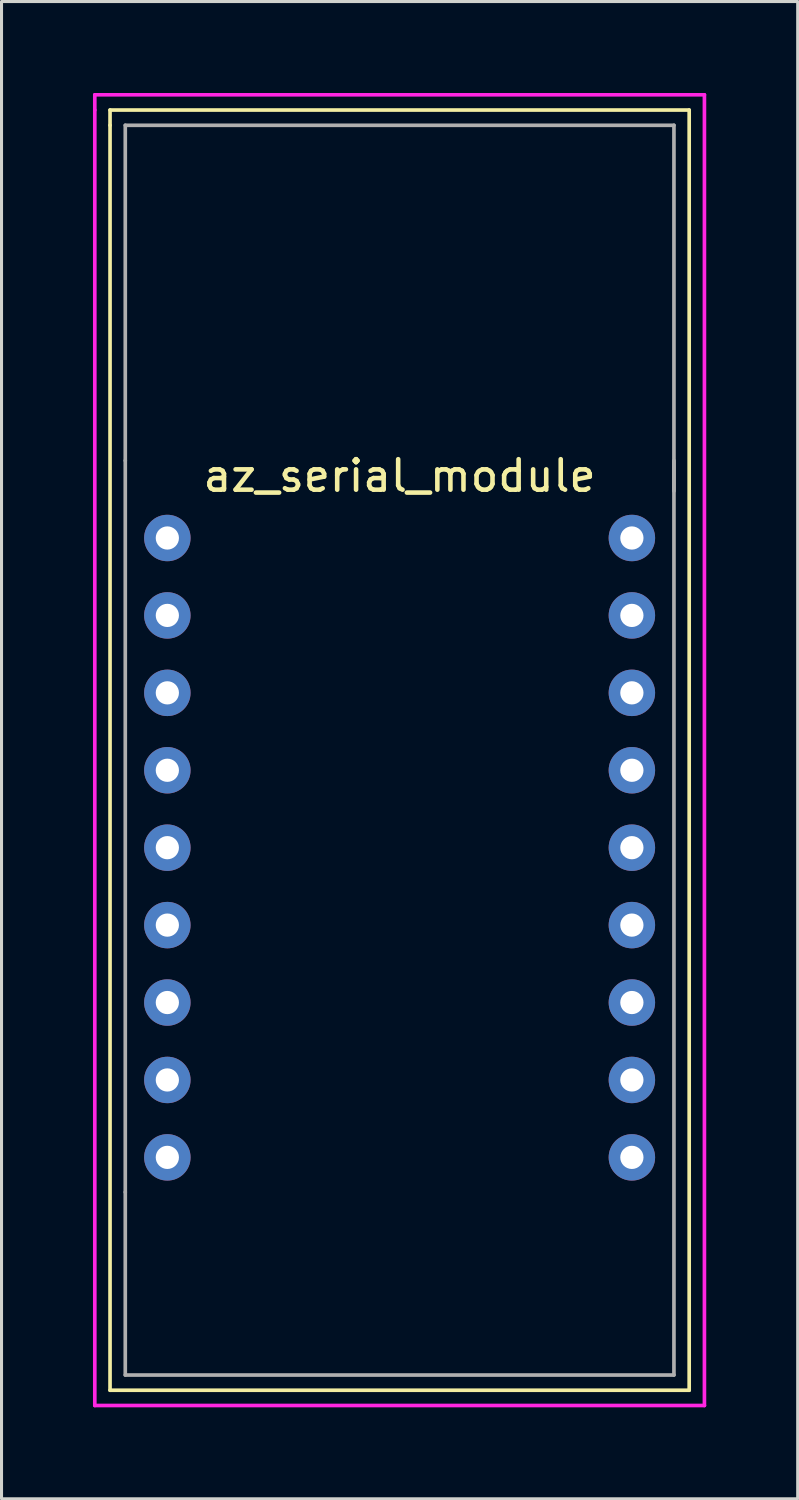
<source format=kicad_pcb>
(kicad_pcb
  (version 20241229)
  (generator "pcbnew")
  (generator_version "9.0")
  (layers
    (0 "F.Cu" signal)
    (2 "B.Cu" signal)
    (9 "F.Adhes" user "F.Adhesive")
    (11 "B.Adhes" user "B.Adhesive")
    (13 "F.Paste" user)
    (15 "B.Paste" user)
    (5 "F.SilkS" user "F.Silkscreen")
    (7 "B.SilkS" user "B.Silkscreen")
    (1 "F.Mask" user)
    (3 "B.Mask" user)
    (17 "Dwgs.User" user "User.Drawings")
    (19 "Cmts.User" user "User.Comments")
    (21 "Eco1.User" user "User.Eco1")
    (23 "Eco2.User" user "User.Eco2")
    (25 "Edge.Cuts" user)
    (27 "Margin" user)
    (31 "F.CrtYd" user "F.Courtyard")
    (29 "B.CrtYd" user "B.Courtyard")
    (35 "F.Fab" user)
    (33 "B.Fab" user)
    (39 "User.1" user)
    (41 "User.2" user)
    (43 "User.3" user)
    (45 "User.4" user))
  (footprint "az_serial_module"
    (layer "F.Cu")
    (at 10.06 12.06)
    (property "Reference" "az_serial_module" (at 0 0.5 0) (layer "F.SilkS") (effects (font (size 1 1) (thickness 0.15))))
    (attr through_hole)
    (fp_line (start -9.5 -11.5) (end -9.5 -11) (stroke (width 0.12) (type solid)) (layer "F.SilkS"))
    (fp_line (start -9.5 -11) (end -9.5 30.5) (stroke (width 0.12) (type solid)) (layer "F.SilkS"))
    (fp_line (start -9.5 30.5) (end 9.5 30.5) (stroke (width 0.12) (type solid)) (layer "F.SilkS"))
    (fp_line (start 9.5 -11.5) (end -9.5 -11.5) (stroke (width 0.12) (type solid)) (layer "F.SilkS"))
    (fp_line (start 9.5 30.5) (end 9.5 -11.5) (stroke (width 0.12) (type solid)) (layer "F.SilkS"))
    (fp_line (start -10 -12) (end -10 -11.5) (stroke (width 0.12) (type solid)) (layer "F.CrtYd"))
    (fp_line (start -10 -11.5) (end -10 31) (stroke (width 0.12) (type solid)) (layer "F.CrtYd"))
    (fp_line (start -10 31) (end 10 31) (stroke (width 0.12) (type solid)) (layer "F.CrtYd"))
    (fp_line (start 10 -12) (end -10 -12) (stroke (width 0.12) (type solid)) (layer "F.CrtYd"))
    (fp_line (start 10 31) (end 10 -12) (stroke (width 0.12) (type solid)) (layer "F.CrtYd"))
    (fp_line (start -9 -11) (end 9 -11) (stroke (width 0.12) (type solid)) (layer "F.Fab"))
    (fp_line (start -9 0) (end -9 -11) (stroke (width 0.12) (type solid)) (layer "F.Fab"))
    (fp_line (start -9 0) (end -9 24) (stroke (width 0.12) (type solid)) (layer "F.Fab"))
    (fp_line (start -9 24) (end -9 30) (stroke (width 0.12) (type solid)) (layer "F.Fab"))
    (fp_line (start -9 30) (end 9 30) (stroke (width 0.12) (type solid)) (layer "F.Fab"))
    (fp_line (start 9 -11) (end 9 1) (stroke (width 0.12) (type solid)) (layer "F.Fab"))
    (fp_line (start 9 30) (end 9 0) (stroke (width 0.12) (type solid)) (layer "F.Fab"))
    (pad "1" thru_hole circle (at -7.62 2.54) (size 1.524 1.524) (drill 0.762) (layers "*.Cu" "*.Mask"))
    (pad "2" thru_hole circle (at -7.62 5.08) (size 1.524 1.524) (drill 0.762) (layers "*.Cu" "*.Mask"))
    (pad "3" thru_hole circle (at -7.62 7.62) (size 1.524 1.524) (drill 0.762) (layers "*.Cu" "*.Mask"))
    (pad "4" thru_hole circle (at -7.62 10.16) (size 1.524 1.524) (drill 0.762) (layers "*.Cu" "*.Mask"))
    (pad "5" thru_hole circle (at -7.62 12.7) (size 1.524 1.524) (drill 0.762) (layers "*.Cu" "*.Mask"))
    (pad "6" thru_hole circle (at -7.62 15.24) (size 1.524 1.524) (drill 0.762) (layers "*.Cu" "*.Mask"))
    (pad "7" thru_hole circle (at -7.62 17.78) (size 1.524 1.524) (drill 0.762) (layers "*.Cu" "*.Mask"))
    (pad "8" thru_hole circle (at -7.62 20.32) (size 1.524 1.524) (drill 0.762) (layers "*.Cu" "*.Mask"))
    (pad "9" thru_hole circle (at -7.62 22.86) (size 1.524 1.524) (drill 0.762) (layers "*.Cu" "*.Mask"))
    (pad "10" thru_hole circle (at 7.62 2.54) (size 1.524 1.524) (drill 0.762) (layers "*.Cu" "*.Mask"))
    (pad "11" thru_hole circle (at 7.62 5.08) (size 1.524 1.524) (drill 0.762) (layers "*.Cu" "*.Mask"))
    (pad "12" thru_hole circle (at 7.62 7.62) (size 1.524 1.524) (drill 0.762) (layers "*.Cu" "*.Mask"))
    (pad "13" thru_hole circle (at 7.62 10.16) (size 1.524 1.524) (drill 0.762) (layers "*.Cu" "*.Mask"))
    (pad "14" thru_hole circle (at 7.62 12.7) (size 1.524 1.524) (drill 0.762) (layers "*.Cu" "*.Mask"))
    (pad "15" thru_hole circle (at 7.62 15.24) (size 1.524 1.524) (drill 0.762) (layers "*.Cu" "*.Mask"))
    (pad "16" thru_hole circle (at 7.62 17.78) (size 1.524 1.524) (drill 0.762) (layers "*.Cu" "*.Mask"))
    (pad "17" thru_hole circle (at 7.62 20.32) (size 1.524 1.524) (drill 0.762) (layers "*.Cu" "*.Mask"))
    (pad "18" thru_hole circle (at 7.62 22.86) (size 1.524 1.524) (drill 0.762) (layers "*.Cu" "*.Mask")))
  (gr_rect
    (start -3 -3)
    (end 23.12 46.12)
    (stroke (width 0.1) (type default))
    (fill no)
    (layer "Edge.Cuts")))
</source>
